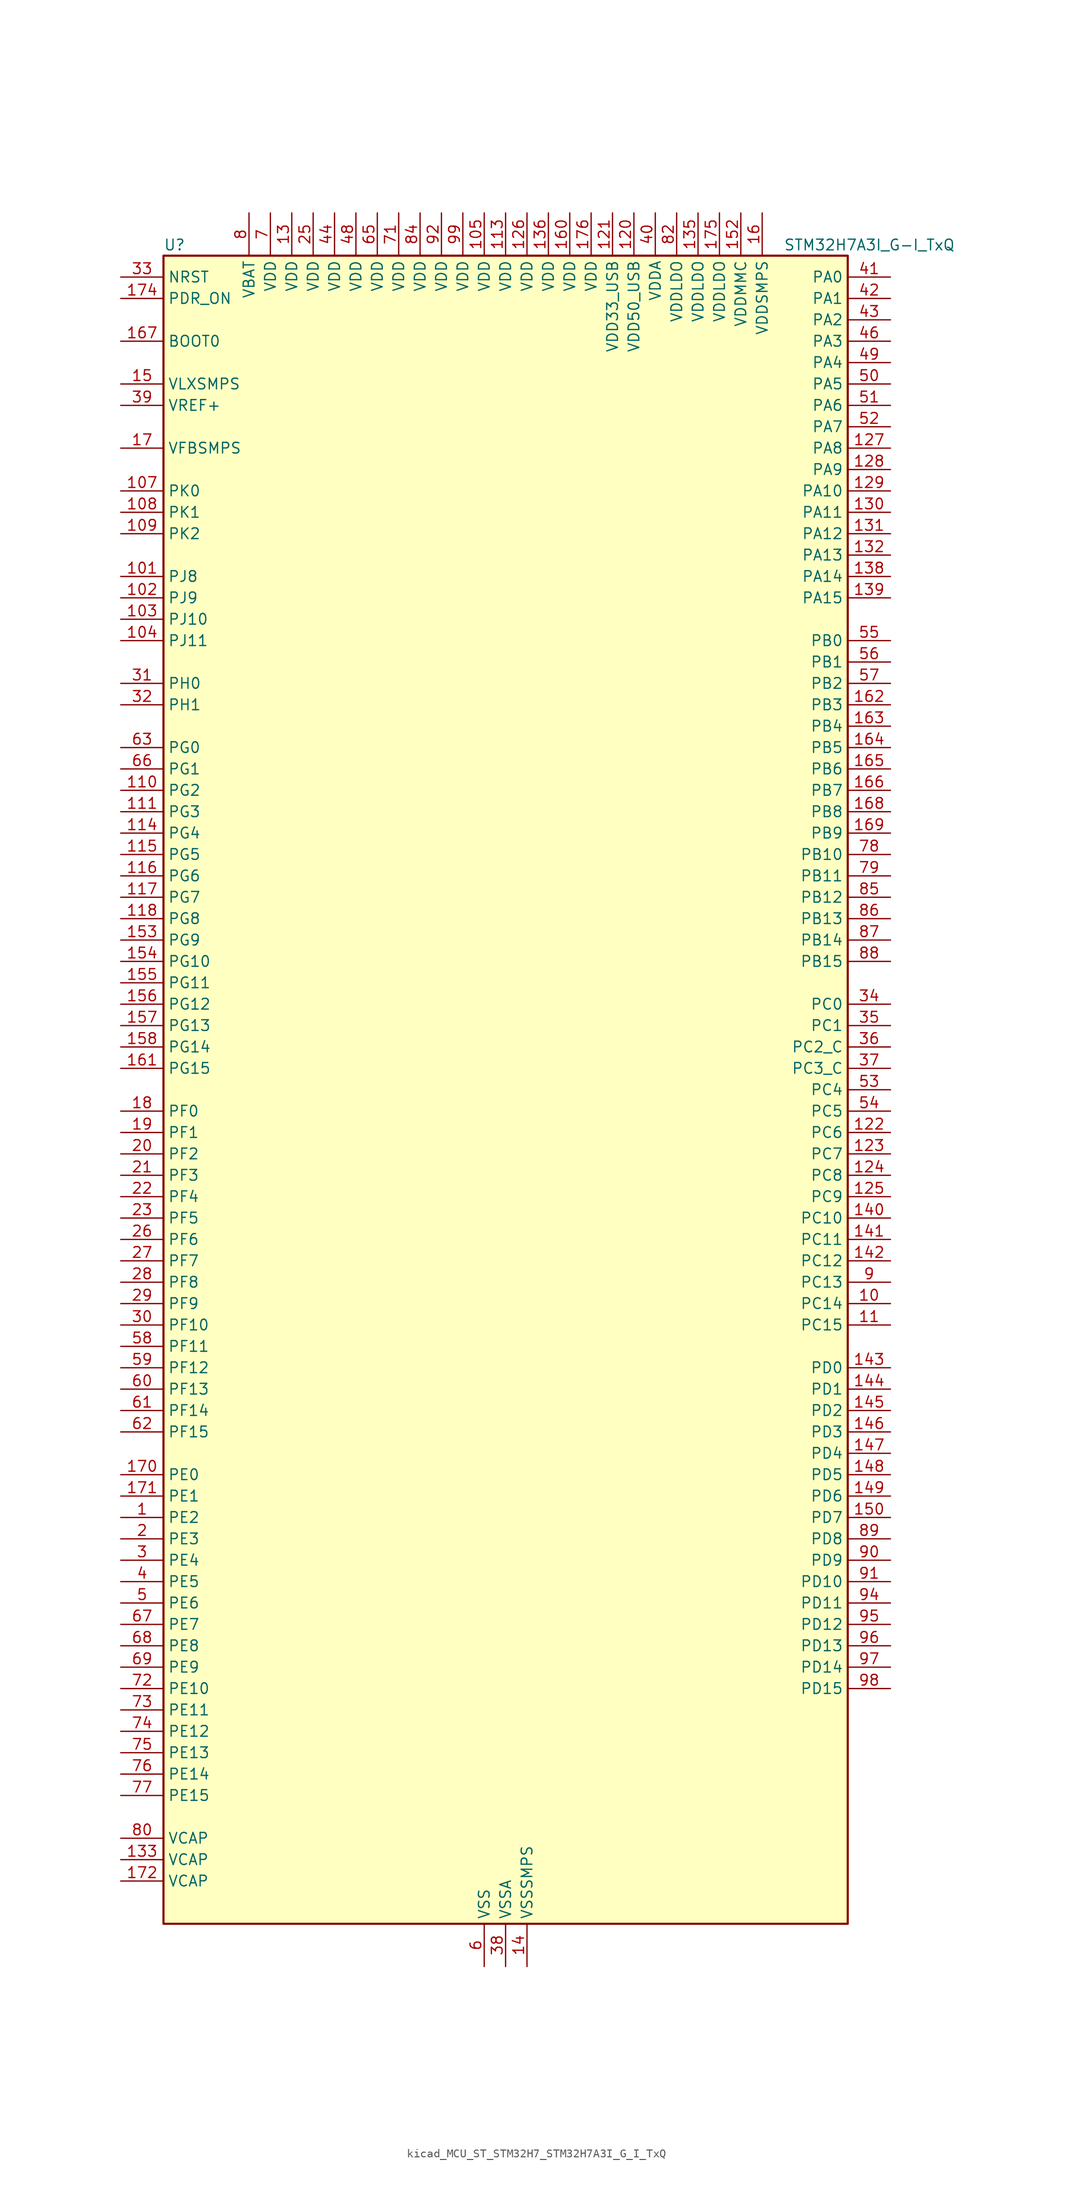
<source format=kicad_sym>
(kicad_symbol_lib
  (version 20220914)
  (generator kicad_symbol_editor)
  (symbol "kicad_MCU_ST_STM32H7_STM32H7A3I_G_I_TxQ"
    (property "Reference" "U"
      (at -40.64 100.33 0)
      (effects (font (size 1.27 1.27)) (justify left)))
    (property "Value" "STM32H7A3I_G-I_TxQ"
      (at 33.02 100.33 0)
      (effects (font (size 1.27 1.27)) (justify left)))
    (property "ki_locked" ""
      (at 0 0 0)
      (effects (font (size 1.27 1.27))))
    (symbol "kicad_MCU_ST_STM32H7_STM32H7A3I_G_I_TxQ_0_1"
      (rectangle (start -40.64 -99.06) (end 40.64 99.06) (stroke (width 0.254) (type default)) (fill (type background))))
    (symbol "kicad_MCU_ST_STM32H7_STM32H7A3I_G_I_TxQ_1_1"
      (pin bidirectional line (at -45.72 -50.8 0) (length 5.08) (name "PE2" (effects (font (size 1.27 1.27)))) (number "1" (effects (font (size 1.27 1.27)))) (alternate "DEBUG_TRACECLK" bidirectional line) (alternate "FMC_A23" bidirectional line) (alternate "OCTOSPIM_P1_IO2" bidirectional line) (alternate "SAI1_CK1" bidirectional line) (alternate "SAI1_MCLK_A" bidirectional line) (alternate "SPI4_SCK" bidirectional line) (alternate "USART10_RX" bidirectional line))
      (pin bidirectional line (at 45.72 -25.4 180) (length 5.08) (name "PC14" (effects (font (size 1.27 1.27)))) (number "10" (effects (font (size 1.27 1.27)))) (alternate "RCC_OSC32_IN" bidirectional line))
      (pin passive line (at -2.54 -104.14 90) (length 5.08) hide (name "VSS" (effects (font (size 1.27 1.27)))) (number "100" (effects (font (size 1.27 1.27)))))
      (pin bidirectional line (at -45.72 60.96 0) (length 5.08) (name "PJ8" (effects (font (size 1.27 1.27)))) (number "101" (effects (font (size 1.27 1.27)))) (alternate "LTDC_G1" bidirectional line) (alternate "TIM1_CH3N" bidirectional line) (alternate "TIM8_CH1" bidirectional line) (alternate "UART8_TX" bidirectional line))
      (pin bidirectional line (at -45.72 58.42 0) (length 5.08) (name "PJ9" (effects (font (size 1.27 1.27)))) (number "102" (effects (font (size 1.27 1.27)))) (alternate "DAC1_EXTI9" bidirectional line) (alternate "LTDC_G2" bidirectional line) (alternate "TIM1_CH3" bidirectional line) (alternate "TIM8_CH1N" bidirectional line) (alternate "UART8_RX" bidirectional line))
      (pin bidirectional line (at -45.72 55.88 0) (length 5.08) (name "PJ10" (effects (font (size 1.27 1.27)))) (number "103" (effects (font (size 1.27 1.27)))) (alternate "LTDC_G3" bidirectional line) (alternate "SPI5_MOSI" bidirectional line) (alternate "TIM1_CH2N" bidirectional line) (alternate "TIM8_CH2" bidirectional line))
      (pin bidirectional line (at -45.72 53.34 0) (length 5.08) (name "PJ11" (effects (font (size 1.27 1.27)))) (number "104" (effects (font (size 1.27 1.27)))) (alternate "ADC1_EXTI11" bidirectional line) (alternate "ADC2_EXTI11" bidirectional line) (alternate "LTDC_G4" bidirectional line) (alternate "SPI5_MISO" bidirectional line) (alternate "TIM1_CH2" bidirectional line) (alternate "TIM8_CH2N" bidirectional line))
      (pin power_in line (at -2.54 104.14 270) (length 5.08) (name "VDD" (effects (font (size 1.27 1.27)))) (number "105" (effects (font (size 1.27 1.27)))))
      (pin passive line (at -2.54 -104.14 90) (length 5.08) hide (name "VSS" (effects (font (size 1.27 1.27)))) (number "106" (effects (font (size 1.27 1.27)))))
      (pin bidirectional line (at -45.72 71.12 0) (length 5.08) (name "PK0" (effects (font (size 1.27 1.27)))) (number "107" (effects (font (size 1.27 1.27)))) (alternate "LTDC_G5" bidirectional line) (alternate "SPI5_SCK" bidirectional line) (alternate "TIM1_CH1N" bidirectional line) (alternate "TIM8_CH3" bidirectional line))
      (pin bidirectional line (at -45.72 68.58 0) (length 5.08) (name "PK1" (effects (font (size 1.27 1.27)))) (number "108" (effects (font (size 1.27 1.27)))) (alternate "LTDC_G6" bidirectional line) (alternate "SPI5_NSS" bidirectional line) (alternate "TIM1_CH1" bidirectional line) (alternate "TIM8_CH3N" bidirectional line))
      (pin bidirectional line (at -45.72 66.04 0) (length 5.08) (name "PK2" (effects (font (size 1.27 1.27)))) (number "109" (effects (font (size 1.27 1.27)))) (alternate "LTDC_G7" bidirectional line) (alternate "TIM1_BKIN" bidirectional line) (alternate "TIM1_BKIN_COMP1" bidirectional line) (alternate "TIM1_BKIN_COMP2" bidirectional line) (alternate "TIM8_BKIN" bidirectional line) (alternate "TIM8_BKIN_COMP1" bidirectional line) (alternate "TIM8_BKIN_COMP2" bidirectional line))
      (pin bidirectional line (at 45.72 -27.94 180) (length 5.08) (name "PC15" (effects (font (size 1.27 1.27)))) (number "11" (effects (font (size 1.27 1.27)))) (alternate "ADC1_EXTI15" bidirectional line) (alternate "ADC2_EXTI15" bidirectional line) (alternate "RCC_OSC32_OUT" bidirectional line))
      (pin bidirectional line (at -45.72 35.56 0) (length 5.08) (name "PG2" (effects (font (size 1.27 1.27)))) (number "110" (effects (font (size 1.27 1.27)))) (alternate "FMC_A12" bidirectional line) (alternate "TIM8_BKIN" bidirectional line) (alternate "TIM8_BKIN_COMP1" bidirectional line) (alternate "TIM8_BKIN_COMP2" bidirectional line))
      (pin bidirectional line (at -45.72 33.02 0) (length 5.08) (name "PG3" (effects (font (size 1.27 1.27)))) (number "111" (effects (font (size 1.27 1.27)))) (alternate "FMC_A13" bidirectional line) (alternate "TIM8_BKIN2" bidirectional line) (alternate "TIM8_BKIN2_COMP1" bidirectional line) (alternate "TIM8_BKIN2_COMP2" bidirectional line))
      (pin passive line (at -2.54 -104.14 90) (length 5.08) hide (name "VSS" (effects (font (size 1.27 1.27)))) (number "112" (effects (font (size 1.27 1.27)))))
      (pin power_in line (at 0 104.14 270) (length 5.08) (name "VDD" (effects (font (size 1.27 1.27)))) (number "113" (effects (font (size 1.27 1.27)))))
      (pin bidirectional line (at -45.72 30.48 0) (length 5.08) (name "PG4" (effects (font (size 1.27 1.27)))) (number "114" (effects (font (size 1.27 1.27)))) (alternate "FMC_A14" bidirectional line) (alternate "FMC_BA0" bidirectional line) (alternate "TIM1_BKIN2" bidirectional line) (alternate "TIM1_BKIN2_COMP1" bidirectional line) (alternate "TIM1_BKIN2_COMP2" bidirectional line))
      (pin bidirectional line (at -45.72 27.94 0) (length 5.08) (name "PG5" (effects (font (size 1.27 1.27)))) (number "115" (effects (font (size 1.27 1.27)))) (alternate "FMC_A15" bidirectional line) (alternate "FMC_BA1" bidirectional line) (alternate "TIM1_ETR" bidirectional line))
      (pin bidirectional line (at -45.72 25.4 0) (length 5.08) (name "PG6" (effects (font (size 1.27 1.27)))) (number "116" (effects (font (size 1.27 1.27)))) (alternate "DCMI_D12" bidirectional line) (alternate "FMC_NE3" bidirectional line) (alternate "LTDC_R7" bidirectional line) (alternate "OCTOSPIM_P1_NCS" bidirectional line) (alternate "PSSI_D12" bidirectional line) (alternate "TIM17_BKIN" bidirectional line))
      (pin bidirectional line (at -45.72 22.86 0) (length 5.08) (name "PG7" (effects (font (size 1.27 1.27)))) (number "117" (effects (font (size 1.27 1.27)))) (alternate "DCMI_D13" bidirectional line) (alternate "FMC_INT" bidirectional line) (alternate "LTDC_CLK" bidirectional line) (alternate "OCTOSPIM_P2_DQS" bidirectional line) (alternate "PSSI_D13" bidirectional line) (alternate "SAI1_MCLK_A" bidirectional line) (alternate "USART6_CK" bidirectional line))
      (pin bidirectional line (at -45.72 20.32 0) (length 5.08) (name "PG8" (effects (font (size 1.27 1.27)))) (number "118" (effects (font (size 1.27 1.27)))) (alternate "FMC_SDCLK" bidirectional line) (alternate "I2S6_WS" bidirectional line) (alternate "LTDC_G7" bidirectional line) (alternate "SPDIFRX_IN2" bidirectional line) (alternate "SPI6_NSS" bidirectional line) (alternate "TIM8_ETR" bidirectional line) (alternate "USART6_DE" bidirectional line) (alternate "USART6_RTS" bidirectional line))
      (pin passive line (at -2.54 -104.14 90) (length 5.08) hide (name "VSS" (effects (font (size 1.27 1.27)))) (number "119" (effects (font (size 1.27 1.27)))))
      (pin passive line (at -2.54 -104.14 90) (length 5.08) hide (name "VSS" (effects (font (size 1.27 1.27)))) (number "12" (effects (font (size 1.27 1.27)))))
      (pin power_in line (at 15.24 104.14 270) (length 5.08) (name "VDD50_USB" (effects (font (size 1.27 1.27)))) (number "120" (effects (font (size 1.27 1.27)))))
      (pin power_in line (at 12.7 104.14 270) (length 5.08) (name "VDD33_USB" (effects (font (size 1.27 1.27)))) (number "121" (effects (font (size 1.27 1.27)))))
      (pin bidirectional line (at 45.72 -5.08 180) (length 5.08) (name "PC6" (effects (font (size 1.27 1.27)))) (number "122" (effects (font (size 1.27 1.27)))) (alternate "DCMI_D0" bidirectional line) (alternate "DFSDM1_CKIN3" bidirectional line) (alternate "FMC_NWAIT" bidirectional line) (alternate "I2S2_MCK" bidirectional line) (alternate "LTDC_HSYNC" bidirectional line) (alternate "PSSI_D0" bidirectional line) (alternate "SDMMC1_D0DIR" bidirectional line) (alternate "SDMMC1_D6" bidirectional line) (alternate "SDMMC2_D6" bidirectional line) (alternate "SWPMI1_IO" bidirectional line) (alternate "TIM3_CH1" bidirectional line) (alternate "TIM8_CH1" bidirectional line) (alternate "USART6_TX" bidirectional line))
      (pin bidirectional line (at 45.72 -7.62 180) (length 5.08) (name "PC7" (effects (font (size 1.27 1.27)))) (number "123" (effects (font (size 1.27 1.27)))) (alternate "DCMI_D1" bidirectional line) (alternate "DEBUG_TRGIO" bidirectional line) (alternate "DFSDM1_DATIN3" bidirectional line) (alternate "FMC_NE1" bidirectional line) (alternate "I2S3_MCK" bidirectional line) (alternate "LTDC_G6" bidirectional line) (alternate "PSSI_D1" bidirectional line) (alternate "SDMMC1_D123DIR" bidirectional line) (alternate "SDMMC1_D7" bidirectional line) (alternate "SDMMC2_D7" bidirectional line) (alternate "SWPMI1_TX" bidirectional line) (alternate "TIM3_CH2" bidirectional line) (alternate "TIM8_CH2" bidirectional line) (alternate "USART6_RX" bidirectional line))
      (pin bidirectional line (at 45.72 -10.16 180) (length 5.08) (name "PC8" (effects (font (size 1.27 1.27)))) (number "124" (effects (font (size 1.27 1.27)))) (alternate "DCMI_D2" bidirectional line) (alternate "DEBUG_TRACED1" bidirectional line) (alternate "FMC_INT" bidirectional line) (alternate "FMC_NCE" bidirectional line) (alternate "FMC_NE2" bidirectional line) (alternate "PSSI_D2" bidirectional line) (alternate "SDMMC1_D0" bidirectional line) (alternate "SWPMI1_RX" bidirectional line) (alternate "TIM3_CH3" bidirectional line) (alternate "TIM8_CH3" bidirectional line) (alternate "UART5_DE" bidirectional line) (alternate "UART5_RTS" bidirectional line) (alternate "USART6_CK" bidirectional line))
      (pin bidirectional line (at 45.72 -12.7 180) (length 5.08) (name "PC9" (effects (font (size 1.27 1.27)))) (number "125" (effects (font (size 1.27 1.27)))) (alternate "DAC1_EXTI9" bidirectional line) (alternate "DCMI_D3" bidirectional line) (alternate "I2C3_SDA" bidirectional line) (alternate "I2S_CKIN" bidirectional line) (alternate "LTDC_B2" bidirectional line) (alternate "LTDC_G3" bidirectional line) (alternate "OCTOSPIM_P1_IO0" bidirectional line) (alternate "PSSI_D3" bidirectional line) (alternate "RCC_MCO_2" bidirectional line) (alternate "SDMMC1_D1" bidirectional line) (alternate "SWPMI1_SUSPEND" bidirectional line) (alternate "TIM3_CH4" bidirectional line) (alternate "TIM8_CH4" bidirectional line) (alternate "UART5_CTS" bidirectional line))
      (pin power_in line (at 2.54 104.14 270) (length 5.08) (name "VDD" (effects (font (size 1.27 1.27)))) (number "126" (effects (font (size 1.27 1.27)))))
      (pin bidirectional line (at 45.72 76.2 180) (length 5.08) (name "PA8" (effects (font (size 1.27 1.27)))) (number "127" (effects (font (size 1.27 1.27)))) (alternate "I2C3_SCL" bidirectional line) (alternate "LTDC_B3" bidirectional line) (alternate "LTDC_R6" bidirectional line) (alternate "RCC_MCO_1" bidirectional line) (alternate "TIM1_CH1" bidirectional line) (alternate "TIM8_BKIN2" bidirectional line) (alternate "TIM8_BKIN2_COMP1" bidirectional line) (alternate "TIM8_BKIN2_COMP2" bidirectional line) (alternate "UART7_RX" bidirectional line) (alternate "USART1_CK" bidirectional line) (alternate "USB_OTG_HS_SOF" bidirectional line))
      (pin bidirectional line (at 45.72 73.66 180) (length 5.08) (name "PA9" (effects (font (size 1.27 1.27)))) (number "128" (effects (font (size 1.27 1.27)))) (alternate "DAC1_EXTI9" bidirectional line) (alternate "DCMI_D0" bidirectional line) (alternate "I2C3_SMBA" bidirectional line) (alternate "I2S2_CK" bidirectional line) (alternate "LPUART1_TX" bidirectional line) (alternate "LTDC_R5" bidirectional line) (alternate "PSSI_D0" bidirectional line) (alternate "SPI2_SCK" bidirectional line) (alternate "TIM1_CH2" bidirectional line) (alternate "USART1_TX" bidirectional line) (alternate "USB_OTG_HS_VBUS" bidirectional line))
      (pin bidirectional line (at 45.72 71.12 180) (length 5.08) (name "PA10" (effects (font (size 1.27 1.27)))) (number "129" (effects (font (size 1.27 1.27)))) (alternate "DCMI_D1" bidirectional line) (alternate "LPUART1_RX" bidirectional line) (alternate "LTDC_B1" bidirectional line) (alternate "LTDC_B4" bidirectional line) (alternate "MDIOS_MDIO" bidirectional line) (alternate "PSSI_D1" bidirectional line) (alternate "TIM1_CH3" bidirectional line) (alternate "USART1_RX" bidirectional line) (alternate "USB_OTG_HS_ID" bidirectional line))
      (pin power_in line (at -25.4 104.14 270) (length 5.08) (name "VDD" (effects (font (size 1.27 1.27)))) (number "13" (effects (font (size 1.27 1.27)))))
      (pin bidirectional line (at 45.72 68.58 180) (length 5.08) (name "PA11" (effects (font (size 1.27 1.27)))) (number "130" (effects (font (size 1.27 1.27)))) (alternate "ADC1_EXTI11" bidirectional line) (alternate "ADC2_EXTI11" bidirectional line) (alternate "FDCAN1_RX" bidirectional line) (alternate "I2S2_WS" bidirectional line) (alternate "LPUART1_CTS" bidirectional line) (alternate "LTDC_R4" bidirectional line) (alternate "SPI2_NSS" bidirectional line) (alternate "TIM1_CH4" bidirectional line) (alternate "UART4_RX" bidirectional line) (alternate "USART1_CTS" bidirectional line) (alternate "USART1_NSS" bidirectional line) (alternate "USB_OTG_HS_DM" bidirectional line))
      (pin bidirectional line (at 45.72 66.04 180) (length 5.08) (name "PA12" (effects (font (size 1.27 1.27)))) (number "131" (effects (font (size 1.27 1.27)))) (alternate "FDCAN1_TX" bidirectional line) (alternate "I2S2_CK" bidirectional line) (alternate "LPUART1_DE" bidirectional line) (alternate "LPUART1_RTS" bidirectional line) (alternate "LTDC_R5" bidirectional line) (alternate "SAI2_FS_B" bidirectional line) (alternate "SPI2_SCK" bidirectional line) (alternate "TIM1_ETR" bidirectional line) (alternate "UART4_TX" bidirectional line) (alternate "USART1_DE" bidirectional line) (alternate "USART1_RTS" bidirectional line) (alternate "USB_OTG_HS_DP" bidirectional line))
      (pin bidirectional line (at 45.72 63.5 180) (length 5.08) (name "PA13" (effects (font (size 1.27 1.27)))) (number "132" (effects (font (size 1.27 1.27)))) (alternate "DEBUG_JTMS-SWDIO" bidirectional line))
      (pin power_out line (at -45.72 -91.44 0) (length 5.08) (name "VCAP" (effects (font (size 1.27 1.27)))) (number "133" (effects (font (size 1.27 1.27)))))
      (pin passive line (at -2.54 -104.14 90) (length 5.08) hide (name "VSS" (effects (font (size 1.27 1.27)))) (number "134" (effects (font (size 1.27 1.27)))))
      (pin power_in line (at 22.86 104.14 270) (length 5.08) (name "VDDLDO" (effects (font (size 1.27 1.27)))) (number "135" (effects (font (size 1.27 1.27)))))
      (pin power_in line (at 5.08 104.14 270) (length 5.08) (name "VDD" (effects (font (size 1.27 1.27)))) (number "136" (effects (font (size 1.27 1.27)))))
      (pin passive line (at -2.54 -104.14 90) (length 5.08) hide (name "VSS" (effects (font (size 1.27 1.27)))) (number "137" (effects (font (size 1.27 1.27)))))
      (pin bidirectional line (at 45.72 60.96 180) (length 5.08) (name "PA14" (effects (font (size 1.27 1.27)))) (number "138" (effects (font (size 1.27 1.27)))) (alternate "DEBUG_JTCK-SWCLK" bidirectional line))
      (pin bidirectional line (at 45.72 58.42 180) (length 5.08) (name "PA15" (effects (font (size 1.27 1.27)))) (number "139" (effects (font (size 1.27 1.27)))) (alternate "ADC1_EXTI15" bidirectional line) (alternate "ADC2_EXTI15" bidirectional line) (alternate "CEC" bidirectional line) (alternate "DEBUG_JTDI" bidirectional line) (alternate "I2S1_WS" bidirectional line) (alternate "I2S3_WS" bidirectional line) (alternate "I2S6_WS" bidirectional line) (alternate "LTDC_B6" bidirectional line) (alternate "LTDC_R3" bidirectional line) (alternate "SPI1_NSS" bidirectional line) (alternate "SPI3_NSS" bidirectional line) (alternate "SPI6_NSS" bidirectional line) (alternate "TIM2_CH1" bidirectional line) (alternate "TIM2_ETR" bidirectional line) (alternate "UART4_DE" bidirectional line) (alternate "UART4_RTS" bidirectional line) (alternate "UART7_TX" bidirectional line))
      (pin power_in line (at 2.54 -104.14 90) (length 5.08) (name "VSSSMPS" (effects (font (size 1.27 1.27)))) (number "14" (effects (font (size 1.27 1.27)))))
      (pin bidirectional line (at 45.72 -15.24 180) (length 5.08) (name "PC10" (effects (font (size 1.27 1.27)))) (number "140" (effects (font (size 1.27 1.27)))) (alternate "DCMI_D8" bidirectional line) (alternate "DFSDM1_CKIN5" bidirectional line) (alternate "DFSDM2_CKIN0" bidirectional line) (alternate "I2S3_CK" bidirectional line) (alternate "LTDC_B1" bidirectional line) (alternate "LTDC_R2" bidirectional line) (alternate "OCTOSPIM_P1_IO1" bidirectional line) (alternate "PSSI_D8" bidirectional line) (alternate "SDMMC1_D2" bidirectional line) (alternate "SPI3_SCK" bidirectional line) (alternate "SWPMI1_RX" bidirectional line) (alternate "UART4_TX" bidirectional line) (alternate "USART3_TX" bidirectional line))
      (pin bidirectional line (at 45.72 -17.78 180) (length 5.08) (name "PC11" (effects (font (size 1.27 1.27)))) (number "141" (effects (font (size 1.27 1.27)))) (alternate "ADC1_EXTI11" bidirectional line) (alternate "ADC2_EXTI11" bidirectional line) (alternate "DCMI_D4" bidirectional line) (alternate "DFSDM1_DATIN5" bidirectional line) (alternate "DFSDM2_DATIN0" bidirectional line) (alternate "I2S3_SDI" bidirectional line) (alternate "LTDC_B4" bidirectional line) (alternate "OCTOSPIM_P1_NCS" bidirectional line) (alternate "PSSI_D4" bidirectional line) (alternate "SDMMC1_D3" bidirectional line) (alternate "SPI3_MISO" bidirectional line) (alternate "UART4_RX" bidirectional line) (alternate "USART3_RX" bidirectional line))
      (pin bidirectional line (at 45.72 -20.32 180) (length 5.08) (name "PC12" (effects (font (size 1.27 1.27)))) (number "142" (effects (font (size 1.27 1.27)))) (alternate "DCMI_D9" bidirectional line) (alternate "DEBUG_TRACED3" bidirectional line) (alternate "DFSDM2_CKOUT" bidirectional line) (alternate "I2S3_SDO" bidirectional line) (alternate "I2S6_CK" bidirectional line) (alternate "LTDC_R6" bidirectional line) (alternate "PSSI_D9" bidirectional line) (alternate "SDMMC1_CK" bidirectional line) (alternate "SPI3_MOSI" bidirectional line) (alternate "SPI6_SCK" bidirectional line) (alternate "TIM15_CH1" bidirectional line) (alternate "UART5_TX" bidirectional line) (alternate "USART3_CK" bidirectional line))
      (pin bidirectional line (at 45.72 -33.02 180) (length 5.08) (name "PD0" (effects (font (size 1.27 1.27)))) (number "143" (effects (font (size 1.27 1.27)))) (alternate "DFSDM1_CKIN6" bidirectional line) (alternate "FDCAN1_RX" bidirectional line) (alternate "FMC_D2" bidirectional line) (alternate "FMC_DA2" bidirectional line) (alternate "LTDC_B1" bidirectional line) (alternate "UART4_RX" bidirectional line) (alternate "UART9_CTS" bidirectional line))
      (pin bidirectional line (at 45.72 -35.56 180) (length 5.08) (name "PD1" (effects (font (size 1.27 1.27)))) (number "144" (effects (font (size 1.27 1.27)))) (alternate "DFSDM1_DATIN6" bidirectional line) (alternate "FDCAN1_TX" bidirectional line) (alternate "FMC_D3" bidirectional line) (alternate "FMC_DA3" bidirectional line) (alternate "UART4_TX" bidirectional line))
      (pin bidirectional line (at 45.72 -38.1 180) (length 5.08) (name "PD2" (effects (font (size 1.27 1.27)))) (number "145" (effects (font (size 1.27 1.27)))) (alternate "DCMI_D11" bidirectional line) (alternate "DEBUG_TRACED2" bidirectional line) (alternate "LTDC_B2" bidirectional line) (alternate "LTDC_B7" bidirectional line) (alternate "PSSI_D11" bidirectional line) (alternate "SDMMC1_CMD" bidirectional line) (alternate "TIM15_BKIN" bidirectional line) (alternate "TIM3_ETR" bidirectional line) (alternate "UART5_RX" bidirectional line))
      (pin bidirectional line (at 45.72 -40.64 180) (length 5.08) (name "PD3" (effects (font (size 1.27 1.27)))) (number "146" (effects (font (size 1.27 1.27)))) (alternate "DCMI_D5" bidirectional line) (alternate "DFSDM1_CKOUT" bidirectional line) (alternate "FMC_CLK" bidirectional line) (alternate "I2S2_CK" bidirectional line) (alternate "LTDC_G7" bidirectional line) (alternate "PSSI_D5" bidirectional line) (alternate "SPI2_SCK" bidirectional line) (alternate "USART2_CTS" bidirectional line) (alternate "USART2_NSS" bidirectional line))
      (pin bidirectional line (at 45.72 -43.18 180) (length 5.08) (name "PD4" (effects (font (size 1.27 1.27)))) (number "147" (effects (font (size 1.27 1.27)))) (alternate "FMC_NOE" bidirectional line) (alternate "OCTOSPIM_P1_IO4" bidirectional line) (alternate "USART2_DE" bidirectional line) (alternate "USART2_RTS" bidirectional line))
      (pin bidirectional line (at 45.72 -45.72 180) (length 5.08) (name "PD5" (effects (font (size 1.27 1.27)))) (number "148" (effects (font (size 1.27 1.27)))) (alternate "FMC_NWE" bidirectional line) (alternate "OCTOSPIM_P1_IO5" bidirectional line) (alternate "USART2_TX" bidirectional line))
      (pin bidirectional line (at 45.72 -48.26 180) (length 5.08) (name "PD6" (effects (font (size 1.27 1.27)))) (number "149" (effects (font (size 1.27 1.27)))) (alternate "DCMI_D10" bidirectional line) (alternate "DFSDM1_CKIN4" bidirectional line) (alternate "DFSDM1_DATIN1" bidirectional line) (alternate "FMC_NWAIT" bidirectional line) (alternate "I2S3_SDO" bidirectional line) (alternate "LTDC_B2" bidirectional line) (alternate "OCTOSPIM_P1_IO6" bidirectional line) (alternate "PSSI_D10" bidirectional line) (alternate "SAI1_D1" bidirectional line) (alternate "SAI1_SD_A" bidirectional line) (alternate "SDMMC2_CK" bidirectional line) (alternate "SPI3_MOSI" bidirectional line) (alternate "USART2_RX" bidirectional line))
      (pin power_in line (at -45.72 83.82 0) (length 5.08) (name "VLXSMPS" (effects (font (size 1.27 1.27)))) (number "15" (effects (font (size 1.27 1.27)))))
      (pin bidirectional line (at 45.72 -50.8 180) (length 5.08) (name "PD7" (effects (font (size 1.27 1.27)))) (number "150" (effects (font (size 1.27 1.27)))) (alternate "DFSDM1_CKIN1" bidirectional line) (alternate "DFSDM1_DATIN4" bidirectional line) (alternate "FMC_NE1" bidirectional line) (alternate "I2S1_SDO" bidirectional line) (alternate "OCTOSPIM_P1_IO7" bidirectional line) (alternate "SDMMC2_CMD" bidirectional line) (alternate "SPDIFRX_IN0" bidirectional line) (alternate "SPI1_MOSI" bidirectional line) (alternate "USART2_CK" bidirectional line))
      (pin passive line (at -2.54 -104.14 90) (length 5.08) hide (name "VSS" (effects (font (size 1.27 1.27)))) (number "151" (effects (font (size 1.27 1.27)))))
      (pin power_in line (at 27.94 104.14 270) (length 5.08) (name "VDDMMC" (effects (font (size 1.27 1.27)))) (number "152" (effects (font (size 1.27 1.27)))))
      (pin bidirectional line (at -45.72 17.78 0) (length 5.08) (name "PG9" (effects (font (size 1.27 1.27)))) (number "153" (effects (font (size 1.27 1.27)))) (alternate "DAC1_EXTI9" bidirectional line) (alternate "DCMI_VSYNC" bidirectional line) (alternate "FMC_NCE" bidirectional line) (alternate "FMC_NE2" bidirectional line) (alternate "I2S1_SDI" bidirectional line) (alternate "OCTOSPIM_P1_IO6" bidirectional line) (alternate "PSSI_RDY" bidirectional line) (alternate "SAI2_FS_B" bidirectional line) (alternate "SDMMC2_D0" bidirectional line) (alternate "SPDIFRX_IN3" bidirectional line) (alternate "SPI1_MISO" bidirectional line) (alternate "USART6_RX" bidirectional line))
      (pin bidirectional line (at -45.72 15.24 0) (length 5.08) (name "PG10" (effects (font (size 1.27 1.27)))) (number "154" (effects (font (size 1.27 1.27)))) (alternate "DCMI_D2" bidirectional line) (alternate "FMC_NE3" bidirectional line) (alternate "I2S1_WS" bidirectional line) (alternate "LTDC_B2" bidirectional line) (alternate "LTDC_G3" bidirectional line) (alternate "OCTOSPIM_P2_IO6" bidirectional line) (alternate "PSSI_D2" bidirectional line) (alternate "SAI2_SD_B" bidirectional line) (alternate "SDMMC2_D1" bidirectional line) (alternate "SPI1_NSS" bidirectional line))
      (pin bidirectional line (at -45.72 12.7 0) (length 5.08) (name "PG11" (effects (font (size 1.27 1.27)))) (number "155" (effects (font (size 1.27 1.27)))) (alternate "ADC1_EXTI11" bidirectional line) (alternate "ADC2_EXTI11" bidirectional line) (alternate "DCMI_D3" bidirectional line) (alternate "I2S1_CK" bidirectional line) (alternate "LPTIM1_IN2" bidirectional line) (alternate "LTDC_B3" bidirectional line) (alternate "OCTOSPIM_P2_IO7" bidirectional line) (alternate "PSSI_D3" bidirectional line) (alternate "SDMMC2_D2" bidirectional line) (alternate "SPDIFRX_IN0" bidirectional line) (alternate "SPI1_SCK" bidirectional line) (alternate "USART10_RX" bidirectional line))
      (pin bidirectional line (at -45.72 10.16 0) (length 5.08) (name "PG12" (effects (font (size 1.27 1.27)))) (number "156" (effects (font (size 1.27 1.27)))) (alternate "FMC_NE4" bidirectional line) (alternate "I2S6_SDI" bidirectional line) (alternate "LPTIM1_IN1" bidirectional line) (alternate "LTDC_B1" bidirectional line) (alternate "LTDC_B4" bidirectional line) (alternate "OCTOSPIM_P2_NCS" bidirectional line) (alternate "SDMMC2_D3" bidirectional line) (alternate "SPDIFRX_IN1" bidirectional line) (alternate "SPI6_MISO" bidirectional line) (alternate "USART10_TX" bidirectional line) (alternate "USART6_DE" bidirectional line) (alternate "USART6_RTS" bidirectional line))
      (pin bidirectional line (at -45.72 7.62 0) (length 5.08) (name "PG13" (effects (font (size 1.27 1.27)))) (number "157" (effects (font (size 1.27 1.27)))) (alternate "DEBUG_TRACED0" bidirectional line) (alternate "FMC_A24" bidirectional line) (alternate "I2S6_CK" bidirectional line) (alternate "LPTIM1_OUT" bidirectional line) (alternate "LTDC_R0" bidirectional line) (alternate "SDMMC2_D6" bidirectional line) (alternate "SPI6_SCK" bidirectional line) (alternate "USART10_CTS" bidirectional line) (alternate "USART10_NSS" bidirectional line) (alternate "USART6_CTS" bidirectional line) (alternate "USART6_NSS" bidirectional line))
      (pin bidirectional line (at -45.72 5.08 0) (length 5.08) (name "PG14" (effects (font (size 1.27 1.27)))) (number "158" (effects (font (size 1.27 1.27)))) (alternate "DEBUG_TRACED1" bidirectional line) (alternate "FMC_A25" bidirectional line) (alternate "I2S6_SDO" bidirectional line) (alternate "LPTIM1_ETR" bidirectional line) (alternate "LTDC_B0" bidirectional line) (alternate "OCTOSPIM_P1_IO7" bidirectional line) (alternate "SDMMC2_D7" bidirectional line) (alternate "SPI6_MOSI" bidirectional line) (alternate "USART10_DE" bidirectional line) (alternate "USART10_RTS" bidirectional line) (alternate "USART6_TX" bidirectional line))
      (pin passive line (at -2.54 -104.14 90) (length 5.08) hide (name "VSS" (effects (font (size 1.27 1.27)))) (number "159" (effects (font (size 1.27 1.27)))))
      (pin power_in line (at 30.48 104.14 270) (length 5.08) (name "VDDSMPS" (effects (font (size 1.27 1.27)))) (number "16" (effects (font (size 1.27 1.27)))))
      (pin power_in line (at 7.62 104.14 270) (length 5.08) (name "VDD" (effects (font (size 1.27 1.27)))) (number "160" (effects (font (size 1.27 1.27)))))
      (pin bidirectional line (at -45.72 2.54 0) (length 5.08) (name "PG15" (effects (font (size 1.27 1.27)))) (number "161" (effects (font (size 1.27 1.27)))) (alternate "ADC1_EXTI15" bidirectional line) (alternate "ADC2_EXTI15" bidirectional line) (alternate "DCMI_D13" bidirectional line) (alternate "FMC_SDNCAS" bidirectional line) (alternate "OCTOSPIM_P2_DQS" bidirectional line) (alternate "PSSI_D13" bidirectional line) (alternate "USART10_CK" bidirectional line) (alternate "USART6_CTS" bidirectional line) (alternate "USART6_NSS" bidirectional line))
      (pin bidirectional line (at 45.72 45.72 180) (length 5.08) (name "PB3" (effects (font (size 1.27 1.27)))) (number "162" (effects (font (size 1.27 1.27)))) (alternate "CRS_SYNC" bidirectional line) (alternate "DEBUG_JTDO-SWO" bidirectional line) (alternate "I2S1_CK" bidirectional line) (alternate "I2S3_CK" bidirectional line) (alternate "I2S6_CK" bidirectional line) (alternate "SDMMC2_D2" bidirectional line) (alternate "SPI1_SCK" bidirectional line) (alternate "SPI3_SCK" bidirectional line) (alternate "SPI6_SCK" bidirectional line) (alternate "TIM2_CH2" bidirectional line) (alternate "UART7_RX" bidirectional line))
      (pin bidirectional line (at 45.72 43.18 180) (length 5.08) (name "PB4" (effects (font (size 1.27 1.27)))) (number "163" (effects (font (size 1.27 1.27)))) (alternate "DEBUG_JTRST" bidirectional line) (alternate "I2S1_SDI" bidirectional line) (alternate "I2S2_WS" bidirectional line) (alternate "I2S3_SDI" bidirectional line) (alternate "I2S6_SDI" bidirectional line) (alternate "SDMMC2_D3" bidirectional line) (alternate "SPI1_MISO" bidirectional line) (alternate "SPI2_NSS" bidirectional line) (alternate "SPI3_MISO" bidirectional line) (alternate "SPI6_MISO" bidirectional line) (alternate "TIM16_BKIN" bidirectional line) (alternate "TIM3_CH1" bidirectional line) (alternate "UART7_TX" bidirectional line))
      (pin bidirectional line (at 45.72 40.64 180) (length 5.08) (name "PB5" (effects (font (size 1.27 1.27)))) (number "164" (effects (font (size 1.27 1.27)))) (alternate "DCMI_D10" bidirectional line) (alternate "FDCAN2_RX" bidirectional line) (alternate "FMC_SDCKE1" bidirectional line) (alternate "I2C1_SMBA" bidirectional line) (alternate "I2C4_SMBA" bidirectional line) (alternate "I2S1_SDO" bidirectional line) (alternate "I2S3_SDO" bidirectional line) (alternate "I2S6_SDO" bidirectional line) (alternate "LTDC_B5" bidirectional line) (alternate "PSSI_D10" bidirectional line) (alternate "SPI1_MOSI" bidirectional line) (alternate "SPI3_MOSI" bidirectional line) (alternate "SPI6_MOSI" bidirectional line) (alternate "TIM17_BKIN" bidirectional line) (alternate "TIM3_CH2" bidirectional line) (alternate "UART5_RX" bidirectional line) (alternate "USB_OTG_HS_ULPI_D7" bidirectional line))
      (pin bidirectional line (at 45.72 38.1 180) (length 5.08) (name "PB6" (effects (font (size 1.27 1.27)))) (number "165" (effects (font (size 1.27 1.27)))) (alternate "CEC" bidirectional line) (alternate "DCMI_D5" bidirectional line) (alternate "DFSDM1_DATIN5" bidirectional line) (alternate "FDCAN2_TX" bidirectional line) (alternate "FMC_SDNE1" bidirectional line) (alternate "I2C1_SCL" bidirectional line) (alternate "I2C4_SCL" bidirectional line) (alternate "LPUART1_TX" bidirectional line) (alternate "OCTOSPIM_P1_NCS" bidirectional line) (alternate "PSSI_D5" bidirectional line) (alternate "TIM16_CH1N" bidirectional line) (alternate "TIM4_CH1" bidirectional line) (alternate "UART5_TX" bidirectional line) (alternate "USART1_TX" bidirectional line))
      (pin bidirectional line (at 45.72 35.56 180) (length 5.08) (name "PB7" (effects (font (size 1.27 1.27)))) (number "166" (effects (font (size 1.27 1.27)))) (alternate "DCMI_VSYNC" bidirectional line) (alternate "DFSDM1_CKIN5" bidirectional line) (alternate "FMC_NL" bidirectional line) (alternate "I2C1_SDA" bidirectional line) (alternate "I2C4_SDA" bidirectional line) (alternate "LPUART1_RX" bidirectional line) (alternate "PSSI_RDY" bidirectional line) (alternate "PWR_PVD_IN" bidirectional line) (alternate "TIM17_CH1N" bidirectional line) (alternate "TIM4_CH2" bidirectional line) (alternate "USART1_RX" bidirectional line))
      (pin input line (at -45.72 88.9 0) (length 5.08) (name "BOOT0" (effects (font (size 1.27 1.27)))) (number "167" (effects (font (size 1.27 1.27)))))
      (pin bidirectional line (at 45.72 33.02 180) (length 5.08) (name "PB8" (effects (font (size 1.27 1.27)))) (number "168" (effects (font (size 1.27 1.27)))) (alternate "DCMI_D6" bidirectional line) (alternate "DFSDM1_CKIN7" bidirectional line) (alternate "FDCAN1_RX" bidirectional line) (alternate "I2C1_SCL" bidirectional line) (alternate "I2C4_SCL" bidirectional line) (alternate "LTDC_B6" bidirectional line) (alternate "PSSI_D6" bidirectional line) (alternate "SDMMC1_CKIN" bidirectional line) (alternate "SDMMC1_D4" bidirectional line) (alternate "SDMMC2_D4" bidirectional line) (alternate "TIM16_CH1" bidirectional line) (alternate "TIM4_CH3" bidirectional line) (alternate "UART4_RX" bidirectional line))
      (pin bidirectional line (at 45.72 30.48 180) (length 5.08) (name "PB9" (effects (font (size 1.27 1.27)))) (number "169" (effects (font (size 1.27 1.27)))) (alternate "DAC1_EXTI9" bidirectional line) (alternate "DCMI_D7" bidirectional line) (alternate "DFSDM1_DATIN7" bidirectional line) (alternate "FDCAN1_TX" bidirectional line) (alternate "I2C1_SDA" bidirectional line) (alternate "I2C4_SDA" bidirectional line) (alternate "I2C4_SMBA" bidirectional line) (alternate "I2S2_WS" bidirectional line) (alternate "LTDC_B7" bidirectional line) (alternate "PSSI_D7" bidirectional line) (alternate "SDMMC1_CDIR" bidirectional line) (alternate "SDMMC1_D5" bidirectional line) (alternate "SDMMC2_D5" bidirectional line) (alternate "SPI2_NSS" bidirectional line) (alternate "TIM17_CH1" bidirectional line) (alternate "TIM4_CH4" bidirectional line) (alternate "UART4_TX" bidirectional line))
      (pin input line (at -45.72 76.2 0) (length 5.08) (name "VFBSMPS" (effects (font (size 1.27 1.27)))) (number "17" (effects (font (size 1.27 1.27)))))
      (pin bidirectional line (at -45.72 -45.72 0) (length 5.08) (name "PE0" (effects (font (size 1.27 1.27)))) (number "170" (effects (font (size 1.27 1.27)))) (alternate "DCMI_D2" bidirectional line) (alternate "FMC_NBL0" bidirectional line) (alternate "LPTIM1_ETR" bidirectional line) (alternate "LPTIM2_ETR" bidirectional line) (alternate "LTDC_R0" bidirectional line) (alternate "PSSI_D2" bidirectional line) (alternate "SAI2_MCLK_A" bidirectional line) (alternate "TIM4_ETR" bidirectional line) (alternate "UART8_RX" bidirectional line))
      (pin bidirectional line (at -45.72 -48.26 0) (length 5.08) (name "PE1" (effects (font (size 1.27 1.27)))) (number "171" (effects (font (size 1.27 1.27)))) (alternate "DCMI_D3" bidirectional line) (alternate "FMC_NBL1" bidirectional line) (alternate "LPTIM1_IN2" bidirectional line) (alternate "LTDC_R6" bidirectional line) (alternate "PSSI_D3" bidirectional line) (alternate "UART8_TX" bidirectional line))
      (pin power_out line (at -45.72 -93.98 0) (length 5.08) (name "VCAP" (effects (font (size 1.27 1.27)))) (number "172" (effects (font (size 1.27 1.27)))))
      (pin passive line (at -2.54 -104.14 90) (length 5.08) hide (name "VSS" (effects (font (size 1.27 1.27)))) (number "173" (effects (font (size 1.27 1.27)))))
      (pin input line (at -45.72 93.98 0) (length 5.08) (name "PDR_ON" (effects (font (size 1.27 1.27)))) (number "174" (effects (font (size 1.27 1.27)))))
      (pin power_in line (at 25.4 104.14 270) (length 5.08) (name "VDDLDO" (effects (font (size 1.27 1.27)))) (number "175" (effects (font (size 1.27 1.27)))))
      (pin power_in line (at 10.16 104.14 270) (length 5.08) (name "VDD" (effects (font (size 1.27 1.27)))) (number "176" (effects (font (size 1.27 1.27)))))
      (pin bidirectional line (at -45.72 -2.54 0) (length 5.08) (name "PF0" (effects (font (size 1.27 1.27)))) (number "18" (effects (font (size 1.27 1.27)))) (alternate "FMC_A0" bidirectional line) (alternate "I2C2_SDA" bidirectional line) (alternate "OCTOSPIM_P2_IO0" bidirectional line))
      (pin bidirectional line (at -45.72 -5.08 0) (length 5.08) (name "PF1" (effects (font (size 1.27 1.27)))) (number "19" (effects (font (size 1.27 1.27)))) (alternate "FMC_A1" bidirectional line) (alternate "I2C2_SCL" bidirectional line) (alternate "OCTOSPIM_P2_IO1" bidirectional line))
      (pin bidirectional line (at -45.72 -53.34 0) (length 5.08) (name "PE3" (effects (font (size 1.27 1.27)))) (number "2" (effects (font (size 1.27 1.27)))) (alternate "DEBUG_TRACED0" bidirectional line) (alternate "FMC_A19" bidirectional line) (alternate "SAI1_SD_B" bidirectional line) (alternate "TIM15_BKIN" bidirectional line) (alternate "USART10_TX" bidirectional line))
      (pin bidirectional line (at -45.72 -7.62 0) (length 5.08) (name "PF2" (effects (font (size 1.27 1.27)))) (number "20" (effects (font (size 1.27 1.27)))) (alternate "FMC_A2" bidirectional line) (alternate "I2C2_SMBA" bidirectional line) (alternate "OCTOSPIM_P2_IO2" bidirectional line))
      (pin bidirectional line (at -45.72 -10.16 0) (length 5.08) (name "PF3" (effects (font (size 1.27 1.27)))) (number "21" (effects (font (size 1.27 1.27)))) (alternate "FMC_A3" bidirectional line) (alternate "OCTOSPIM_P2_IO3" bidirectional line))
      (pin bidirectional line (at -45.72 -12.7 0) (length 5.08) (name "PF4" (effects (font (size 1.27 1.27)))) (number "22" (effects (font (size 1.27 1.27)))) (alternate "FMC_A4" bidirectional line) (alternate "OCTOSPIM_P2_CLK" bidirectional line))
      (pin bidirectional line (at -45.72 -15.24 0) (length 5.08) (name "PF5" (effects (font (size 1.27 1.27)))) (number "23" (effects (font (size 1.27 1.27)))) (alternate "FMC_A5" bidirectional line) (alternate "OCTOSPIM_P2_NCLK" bidirectional line))
      (pin passive line (at -2.54 -104.14 90) (length 5.08) hide (name "VSS" (effects (font (size 1.27 1.27)))) (number "24" (effects (font (size 1.27 1.27)))))
      (pin power_in line (at -22.86 104.14 270) (length 5.08) (name "VDD" (effects (font (size 1.27 1.27)))) (number "25" (effects (font (size 1.27 1.27)))))
      (pin bidirectional line (at -45.72 -17.78 0) (length 5.08) (name "PF6" (effects (font (size 1.27 1.27)))) (number "26" (effects (font (size 1.27 1.27)))) (alternate "OCTOSPIM_P1_IO3" bidirectional line) (alternate "SAI1_SD_B" bidirectional line) (alternate "SPI5_NSS" bidirectional line) (alternate "TIM16_CH1" bidirectional line) (alternate "UART7_RX" bidirectional line))
      (pin bidirectional line (at -45.72 -20.32 0) (length 5.08) (name "PF7" (effects (font (size 1.27 1.27)))) (number "27" (effects (font (size 1.27 1.27)))) (alternate "OCTOSPIM_P1_IO2" bidirectional line) (alternate "SAI1_MCLK_B" bidirectional line) (alternate "SPI5_SCK" bidirectional line) (alternate "TIM17_CH1" bidirectional line) (alternate "UART7_TX" bidirectional line))
      (pin bidirectional line (at -45.72 -22.86 0) (length 5.08) (name "PF8" (effects (font (size 1.27 1.27)))) (number "28" (effects (font (size 1.27 1.27)))) (alternate "OCTOSPIM_P1_IO0" bidirectional line) (alternate "SAI1_SCK_B" bidirectional line) (alternate "SPI5_MISO" bidirectional line) (alternate "TIM13_CH1" bidirectional line) (alternate "TIM16_CH1N" bidirectional line) (alternate "UART7_DE" bidirectional line) (alternate "UART7_RTS" bidirectional line))
      (pin bidirectional line (at -45.72 -25.4 0) (length 5.08) (name "PF9" (effects (font (size 1.27 1.27)))) (number "29" (effects (font (size 1.27 1.27)))) (alternate "DAC1_EXTI9" bidirectional line) (alternate "OCTOSPIM_P1_IO1" bidirectional line) (alternate "SAI1_FS_B" bidirectional line) (alternate "SPI5_MOSI" bidirectional line) (alternate "TIM14_CH1" bidirectional line) (alternate "TIM17_CH1N" bidirectional line) (alternate "UART7_CTS" bidirectional line))
      (pin bidirectional line (at -45.72 -55.88 0) (length 5.08) (name "PE4" (effects (font (size 1.27 1.27)))) (number "3" (effects (font (size 1.27 1.27)))) (alternate "DCMI_D4" bidirectional line) (alternate "DEBUG_TRACED1" bidirectional line) (alternate "DFSDM1_DATIN3" bidirectional line) (alternate "FMC_A20" bidirectional line) (alternate "LTDC_B0" bidirectional line) (alternate "PSSI_D4" bidirectional line) (alternate "SAI1_D2" bidirectional line) (alternate "SAI1_FS_A" bidirectional line) (alternate "SPI4_NSS" bidirectional line) (alternate "TIM15_CH1N" bidirectional line))
      (pin bidirectional line (at -45.72 -27.94 0) (length 5.08) (name "PF10" (effects (font (size 1.27 1.27)))) (number "30" (effects (font (size 1.27 1.27)))) (alternate "DCMI_D11" bidirectional line) (alternate "LTDC_DE" bidirectional line) (alternate "OCTOSPIM_P1_CLK" bidirectional line) (alternate "PSSI_D11" bidirectional line) (alternate "PSSI_D15" bidirectional line) (alternate "SAI1_D3" bidirectional line) (alternate "TIM16_BKIN" bidirectional line))
      (pin bidirectional line (at -45.72 48.26 0) (length 5.08) (name "PH0" (effects (font (size 1.27 1.27)))) (number "31" (effects (font (size 1.27 1.27)))) (alternate "RCC_OSC_IN" bidirectional line))
      (pin bidirectional line (at -45.72 45.72 0) (length 5.08) (name "PH1" (effects (font (size 1.27 1.27)))) (number "32" (effects (font (size 1.27 1.27)))) (alternate "RCC_OSC_OUT" bidirectional line))
      (pin input line (at -45.72 96.52 0) (length 5.08) (name "NRST" (effects (font (size 1.27 1.27)))) (number "33" (effects (font (size 1.27 1.27)))))
      (pin bidirectional line (at 45.72 10.16 180) (length 5.08) (name "PC0" (effects (font (size 1.27 1.27)))) (number "34" (effects (font (size 1.27 1.27)))) (alternate "ADC1_INP10" bidirectional line) (alternate "ADC2_INP10" bidirectional line) (alternate "DFSDM1_CKIN0" bidirectional line) (alternate "DFSDM1_DATIN4" bidirectional line) (alternate "FMC_A25" bidirectional line) (alternate "FMC_SDNWE" bidirectional line) (alternate "LTDC_G2" bidirectional line) (alternate "LTDC_R5" bidirectional line) (alternate "SAI2_FS_B" bidirectional line) (alternate "USB_OTG_HS_ULPI_STP" bidirectional line))
      (pin bidirectional line (at 45.72 7.62 180) (length 5.08) (name "PC1" (effects (font (size 1.27 1.27)))) (number "35" (effects (font (size 1.27 1.27)))) (alternate "ADC1_INN10" bidirectional line) (alternate "ADC1_INP11" bidirectional line) (alternate "ADC2_INN10" bidirectional line) (alternate "ADC2_INP11" bidirectional line) (alternate "DEBUG_TRACED0" bidirectional line) (alternate "DFSDM1_CKIN4" bidirectional line) (alternate "DFSDM1_DATIN0" bidirectional line) (alternate "I2S2_SDO" bidirectional line) (alternate "LTDC_G5" bidirectional line) (alternate "MDIOS_MDC" bidirectional line) (alternate "OCTOSPIM_P1_IO4" bidirectional line) (alternate "PWR_WKUP6" bidirectional line) (alternate "RTC_TAMP3" bidirectional line) (alternate "SAI1_D1" bidirectional line) (alternate "SAI1_SD_A" bidirectional line) (alternate "SDMMC2_CK" bidirectional line) (alternate "SPI2_MOSI" bidirectional line))
      (pin bidirectional line (at 45.72 5.08 180) (length 5.08) (name "PC2_C" (effects (font (size 1.27 1.27)))) (number "36" (effects (font (size 1.27 1.27)))) (alternate "ADC2_INN1" bidirectional line) (alternate "ADC2_INP0" bidirectional line) (alternate "DFSDM1_CKIN1" bidirectional line) (alternate "DFSDM1_CKOUT" bidirectional line) (alternate "FMC_SDNE0" bidirectional line) (alternate "I2S2_SDI" bidirectional line) (alternate "OCTOSPIM_P1_IO2" bidirectional line) (alternate "OCTOSPIM_P1_IO5" bidirectional line) (alternate "PWR_CSTOP" bidirectional line) (alternate "SPI2_MISO" bidirectional line) (alternate "USB_OTG_HS_ULPI_DIR" bidirectional line))
      (pin bidirectional line (at 45.72 2.54 180) (length 5.08) (name "PC3_C" (effects (font (size 1.27 1.27)))) (number "37" (effects (font (size 1.27 1.27)))) (alternate "ADC2_INP1" bidirectional line) (alternate "DFSDM1_DATIN1" bidirectional line) (alternate "FMC_SDCKE0" bidirectional line) (alternate "I2S2_SDO" bidirectional line) (alternate "OCTOSPIM_P1_IO0" bidirectional line) (alternate "OCTOSPIM_P1_IO6" bidirectional line) (alternate "PWR_CSLEEP" bidirectional line) (alternate "SPI2_MOSI" bidirectional line) (alternate "USB_OTG_HS_ULPI_NXT" bidirectional line))
      (pin power_in line (at 0 -104.14 90) (length 5.08) (name "VSSA" (effects (font (size 1.27 1.27)))) (number "38" (effects (font (size 1.27 1.27)))))
      (pin input line (at -45.72 81.28 0) (length 5.08) (name "VREF+" (effects (font (size 1.27 1.27)))) (number "39" (effects (font (size 1.27 1.27)))) (alternate "VREFBUF_OUT" bidirectional line))
      (pin bidirectional line (at -45.72 -58.42 0) (length 5.08) (name "PE5" (effects (font (size 1.27 1.27)))) (number "4" (effects (font (size 1.27 1.27)))) (alternate "DCMI_D6" bidirectional line) (alternate "DEBUG_TRACED2" bidirectional line) (alternate "DFSDM1_CKIN3" bidirectional line) (alternate "FMC_A21" bidirectional line) (alternate "LTDC_G0" bidirectional line) (alternate "PSSI_D6" bidirectional line) (alternate "SAI1_CK2" bidirectional line) (alternate "SAI1_SCK_A" bidirectional line) (alternate "SPI4_MISO" bidirectional line) (alternate "TIM15_CH1" bidirectional line))
      (pin power_in line (at 17.78 104.14 270) (length 5.08) (name "VDDA" (effects (font (size 1.27 1.27)))) (number "40" (effects (font (size 1.27 1.27)))))
      (pin bidirectional line (at 45.72 96.52 180) (length 5.08) (name "PA0" (effects (font (size 1.27 1.27)))) (number "41" (effects (font (size 1.27 1.27)))) (alternate "ADC1_INP16" bidirectional line) (alternate "I2S6_WS" bidirectional line) (alternate "PWR_WKUP1" bidirectional line) (alternate "SAI2_SD_B" bidirectional line) (alternate "SDMMC2_CMD" bidirectional line) (alternate "SPI6_NSS" bidirectional line) (alternate "TIM15_BKIN" bidirectional line) (alternate "TIM2_CH1" bidirectional line) (alternate "TIM2_ETR" bidirectional line) (alternate "TIM5_CH1" bidirectional line) (alternate "TIM8_ETR" bidirectional line) (alternate "UART4_TX" bidirectional line) (alternate "USART2_CTS" bidirectional line) (alternate "USART2_NSS" bidirectional line))
      (pin bidirectional line (at 45.72 93.98 180) (length 5.08) (name "PA1" (effects (font (size 1.27 1.27)))) (number "42" (effects (font (size 1.27 1.27)))) (alternate "ADC1_INN16" bidirectional line) (alternate "ADC1_INP17" bidirectional line) (alternate "LPTIM3_OUT" bidirectional line) (alternate "LTDC_R2" bidirectional line) (alternate "OCTOSPIM_P1_DQS" bidirectional line) (alternate "OCTOSPIM_P1_IO3" bidirectional line) (alternate "SAI2_MCLK_B" bidirectional line) (alternate "TIM15_CH1N" bidirectional line) (alternate "TIM2_CH2" bidirectional line) (alternate "TIM5_CH2" bidirectional line) (alternate "UART4_RX" bidirectional line) (alternate "USART2_DE" bidirectional line) (alternate "USART2_RTS" bidirectional line))
      (pin bidirectional line (at 45.72 91.44 180) (length 5.08) (name "PA2" (effects (font (size 1.27 1.27)))) (number "43" (effects (font (size 1.27 1.27)))) (alternate "ADC1_INP14" bidirectional line) (alternate "DFSDM2_CKIN1" bidirectional line) (alternate "LTDC_R1" bidirectional line) (alternate "MDIOS_MDIO" bidirectional line) (alternate "PWR_WKUP2" bidirectional line) (alternate "SAI2_SCK_B" bidirectional line) (alternate "TIM15_CH1" bidirectional line) (alternate "TIM2_CH3" bidirectional line) (alternate "TIM5_CH3" bidirectional line) (alternate "USART2_TX" bidirectional line))
      (pin power_in line (at -20.32 104.14 270) (length 5.08) (name "VDD" (effects (font (size 1.27 1.27)))) (number "44" (effects (font (size 1.27 1.27)))))
      (pin passive line (at -2.54 -104.14 90) (length 5.08) hide (name "VSS" (effects (font (size 1.27 1.27)))) (number "45" (effects (font (size 1.27 1.27)))))
      (pin bidirectional line (at 45.72 88.9 180) (length 5.08) (name "PA3" (effects (font (size 1.27 1.27)))) (number "46" (effects (font (size 1.27 1.27)))) (alternate "ADC1_INP15" bidirectional line) (alternate "I2S6_MCK" bidirectional line) (alternate "LTDC_B2" bidirectional line) (alternate "LTDC_B5" bidirectional line) (alternate "OCTOSPIM_P1_CLK" bidirectional line) (alternate "TIM15_CH2" bidirectional line) (alternate "TIM2_CH4" bidirectional line) (alternate "TIM5_CH4" bidirectional line) (alternate "USART2_RX" bidirectional line) (alternate "USB_OTG_HS_ULPI_D0" bidirectional line))
      (pin passive line (at -2.54 -104.14 90) (length 5.08) hide (name "VSS" (effects (font (size 1.27 1.27)))) (number "47" (effects (font (size 1.27 1.27)))))
      (pin power_in line (at -17.78 104.14 270) (length 5.08) (name "VDD" (effects (font (size 1.27 1.27)))) (number "48" (effects (font (size 1.27 1.27)))))
      (pin bidirectional line (at 45.72 86.36 180) (length 5.08) (name "PA4" (effects (font (size 1.27 1.27)))) (number "49" (effects (font (size 1.27 1.27)))) (alternate "ADC1_INP18" bidirectional line) (alternate "DAC1_OUT1" bidirectional line) (alternate "DCMI_HSYNC" bidirectional line) (alternate "I2S1_WS" bidirectional line) (alternate "I2S3_WS" bidirectional line) (alternate "I2S6_WS" bidirectional line) (alternate "LTDC_VSYNC" bidirectional line) (alternate "PSSI_DE" bidirectional line) (alternate "SPI1_NSS" bidirectional line) (alternate "SPI3_NSS" bidirectional line) (alternate "SPI6_NSS" bidirectional line) (alternate "TIM5_ETR" bidirectional line) (alternate "USART2_CK" bidirectional line))
      (pin bidirectional line (at -45.72 -60.96 0) (length 5.08) (name "PE6" (effects (font (size 1.27 1.27)))) (number "5" (effects (font (size 1.27 1.27)))) (alternate "DCMI_D7" bidirectional line) (alternate "DEBUG_TRACED3" bidirectional line) (alternate "FMC_A22" bidirectional line) (alternate "LTDC_G1" bidirectional line) (alternate "PSSI_D7" bidirectional line) (alternate "SAI1_D1" bidirectional line) (alternate "SAI1_SD_A" bidirectional line) (alternate "SAI2_MCLK_B" bidirectional line) (alternate "SPI4_MOSI" bidirectional line) (alternate "TIM15_CH2" bidirectional line) (alternate "TIM1_BKIN2" bidirectional line) (alternate "TIM1_BKIN2_COMP1" bidirectional line) (alternate "TIM1_BKIN2_COMP2" bidirectional line))
      (pin bidirectional line (at 45.72 83.82 180) (length 5.08) (name "PA5" (effects (font (size 1.27 1.27)))) (number "50" (effects (font (size 1.27 1.27)))) (alternate "ADC1_INN18" bidirectional line) (alternate "ADC1_INP19" bidirectional line) (alternate "DAC1_OUT2" bidirectional line) (alternate "I2S1_CK" bidirectional line) (alternate "I2S6_CK" bidirectional line) (alternate "LTDC_R4" bidirectional line) (alternate "PSSI_D14" bidirectional line) (alternate "PWR_NDSTOP2" bidirectional line) (alternate "SPI1_SCK" bidirectional line) (alternate "SPI6_SCK" bidirectional line) (alternate "TIM2_CH1" bidirectional line) (alternate "TIM2_ETR" bidirectional line) (alternate "TIM8_CH1N" bidirectional line) (alternate "USB_OTG_HS_ULPI_CK" bidirectional line))
      (pin bidirectional line (at 45.72 81.28 180) (length 5.08) (name "PA6" (effects (font (size 1.27 1.27)))) (number "51" (effects (font (size 1.27 1.27)))) (alternate "ADC1_INP3" bidirectional line) (alternate "ADC2_INP3" bidirectional line) (alternate "DAC2_OUT1" bidirectional line) (alternate "DCMI_PIXCLK" bidirectional line) (alternate "I2S1_SDI" bidirectional line) (alternate "I2S6_SDI" bidirectional line) (alternate "LTDC_G2" bidirectional line) (alternate "MDIOS_MDC" bidirectional line) (alternate "OCTOSPIM_P1_IO3" bidirectional line) (alternate "PSSI_PDCK" bidirectional line) (alternate "SPI1_MISO" bidirectional line) (alternate "SPI6_MISO" bidirectional line) (alternate "TIM13_CH1" bidirectional line) (alternate "TIM1_BKIN" bidirectional line) (alternate "TIM1_BKIN_COMP1" bidirectional line) (alternate "TIM1_BKIN_COMP2" bidirectional line) (alternate "TIM3_CH1" bidirectional line) (alternate "TIM8_BKIN" bidirectional line) (alternate "TIM8_BKIN_COMP1" bidirectional line) (alternate "TIM8_BKIN_COMP2" bidirectional line))
      (pin bidirectional line (at 45.72 78.74 180) (length 5.08) (name "PA7" (effects (font (size 1.27 1.27)))) (number "52" (effects (font (size 1.27 1.27)))) (alternate "ADC1_INN3" bidirectional line) (alternate "ADC1_INP7" bidirectional line) (alternate "ADC2_INN3" bidirectional line) (alternate "ADC2_INP7" bidirectional line) (alternate "DFSDM2_DATIN1" bidirectional line) (alternate "FMC_SDNWE" bidirectional line) (alternate "I2S1_SDO" bidirectional line) (alternate "I2S6_SDO" bidirectional line) (alternate "LTDC_VSYNC" bidirectional line) (alternate "OCTOSPIM_P1_IO2" bidirectional line) (alternate "OPAMP1_VINM" bidirectional line) (alternate "SPI1_MOSI" bidirectional line) (alternate "SPI6_MOSI" bidirectional line) (alternate "TIM14_CH1" bidirectional line) (alternate "TIM1_CH1N" bidirectional line) (alternate "TIM3_CH2" bidirectional line) (alternate "TIM8_CH1N" bidirectional line))
      (pin bidirectional line (at 45.72 0 180) (length 5.08) (name "PC4" (effects (font (size 1.27 1.27)))) (number "53" (effects (font (size 1.27 1.27)))) (alternate "ADC1_INP4" bidirectional line) (alternate "ADC2_INP4" bidirectional line) (alternate "COMP1_INM" bidirectional line) (alternate "DFSDM1_CKIN2" bidirectional line) (alternate "FMC_SDNE0" bidirectional line) (alternate "I2S1_MCK" bidirectional line) (alternate "LTDC_R7" bidirectional line) (alternate "OPAMP1_VOUT" bidirectional line) (alternate "SPDIFRX_IN2" bidirectional line))
      (pin bidirectional line (at 45.72 -2.54 180) (length 5.08) (name "PC5" (effects (font (size 1.27 1.27)))) (number "54" (effects (font (size 1.27 1.27)))) (alternate "ADC1_INN4" bidirectional line) (alternate "ADC1_INP8" bidirectional line) (alternate "ADC2_INN4" bidirectional line) (alternate "ADC2_INP8" bidirectional line) (alternate "COMP1_OUT" bidirectional line) (alternate "DFSDM1_DATIN2" bidirectional line) (alternate "FMC_SDCKE0" bidirectional line) (alternate "LTDC_DE" bidirectional line) (alternate "OCTOSPIM_P1_DQS" bidirectional line) (alternate "OPAMP1_VINM" bidirectional line) (alternate "PSSI_D15" bidirectional line) (alternate "SAI1_D3" bidirectional line) (alternate "SPDIFRX_IN3" bidirectional line))
      (pin bidirectional line (at 45.72 53.34 180) (length 5.08) (name "PB0" (effects (font (size 1.27 1.27)))) (number "55" (effects (font (size 1.27 1.27)))) (alternate "ADC1_INN5" bidirectional line) (alternate "ADC1_INP9" bidirectional line) (alternate "ADC2_INN5" bidirectional line) (alternate "ADC2_INP9" bidirectional line) (alternate "COMP1_INP" bidirectional line) (alternate "DFSDM1_CKOUT" bidirectional line) (alternate "DFSDM2_CKOUT" bidirectional line) (alternate "LTDC_G1" bidirectional line) (alternate "LTDC_R3" bidirectional line) (alternate "OCTOSPIM_P1_IO1" bidirectional line) (alternate "OPAMP1_VINP" bidirectional line) (alternate "TIM1_CH2N" bidirectional line) (alternate "TIM3_CH3" bidirectional line) (alternate "TIM8_CH2N" bidirectional line) (alternate "UART4_CTS" bidirectional line) (alternate "USB_OTG_HS_ULPI_D1" bidirectional line))
      (pin bidirectional line (at 45.72 50.8 180) (length 5.08) (name "PB1" (effects (font (size 1.27 1.27)))) (number "56" (effects (font (size 1.27 1.27)))) (alternate "ADC1_INP5" bidirectional line) (alternate "ADC2_INP5" bidirectional line) (alternate "COMP1_INM" bidirectional line) (alternate "DFSDM1_DATIN1" bidirectional line) (alternate "LTDC_G0" bidirectional line) (alternate "LTDC_R6" bidirectional line) (alternate "OCTOSPIM_P1_IO0" bidirectional line) (alternate "TIM1_CH3N" bidirectional line) (alternate "TIM3_CH4" bidirectional line) (alternate "TIM8_CH3N" bidirectional line) (alternate "USB_OTG_HS_ULPI_D2" bidirectional line))
      (pin bidirectional line (at 45.72 48.26 180) (length 5.08) (name "PB2" (effects (font (size 1.27 1.27)))) (number "57" (effects (font (size 1.27 1.27)))) (alternate "COMP1_INP" bidirectional line) (alternate "DFSDM1_CKIN1" bidirectional line) (alternate "I2S3_SDO" bidirectional line) (alternate "OCTOSPIM_P1_CLK" bidirectional line) (alternate "OCTOSPIM_P1_DQS" bidirectional line) (alternate "RTC_OUT_ALARM" bidirectional line) (alternate "RTC_OUT_CALIB" bidirectional line) (alternate "SAI1_D1" bidirectional line) (alternate "SAI1_SD_A" bidirectional line) (alternate "SPI3_MOSI" bidirectional line))
      (pin bidirectional line (at -45.72 -30.48 0) (length 5.08) (name "PF11" (effects (font (size 1.27 1.27)))) (number "58" (effects (font (size 1.27 1.27)))) (alternate "ADC1_EXTI11" bidirectional line) (alternate "ADC1_INP2" bidirectional line) (alternate "ADC2_EXTI11" bidirectional line) (alternate "DCMI_D12" bidirectional line) (alternate "FMC_SDNRAS" bidirectional line) (alternate "OCTOSPIM_P1_NCLK" bidirectional line) (alternate "PSSI_D12" bidirectional line) (alternate "SAI2_SD_B" bidirectional line) (alternate "SPI5_MOSI" bidirectional line))
      (pin bidirectional line (at -45.72 -33.02 0) (length 5.08) (name "PF12" (effects (font (size 1.27 1.27)))) (number "59" (effects (font (size 1.27 1.27)))) (alternate "ADC1_INN2" bidirectional line) (alternate "ADC1_INP6" bidirectional line) (alternate "FMC_A6" bidirectional line) (alternate "OCTOSPIM_P2_DQS" bidirectional line))
      (pin power_in line (at -2.54 -104.14 90) (length 5.08) (name "VSS" (effects (font (size 1.27 1.27)))) (number "6" (effects (font (size 1.27 1.27)))))
      (pin bidirectional line (at -45.72 -35.56 0) (length 5.08) (name "PF13" (effects (font (size 1.27 1.27)))) (number "60" (effects (font (size 1.27 1.27)))) (alternate "ADC2_INP2" bidirectional line) (alternate "DFSDM1_DATIN6" bidirectional line) (alternate "FMC_A7" bidirectional line) (alternate "I2C4_SMBA" bidirectional line))
      (pin bidirectional line (at -45.72 -38.1 0) (length 5.08) (name "PF14" (effects (font (size 1.27 1.27)))) (number "61" (effects (font (size 1.27 1.27)))) (alternate "ADC2_INN2" bidirectional line) (alternate "ADC2_INP6" bidirectional line) (alternate "DFSDM1_CKIN6" bidirectional line) (alternate "FMC_A8" bidirectional line) (alternate "I2C4_SCL" bidirectional line))
      (pin bidirectional line (at -45.72 -40.64 0) (length 5.08) (name "PF15" (effects (font (size 1.27 1.27)))) (number "62" (effects (font (size 1.27 1.27)))) (alternate "ADC1_EXTI15" bidirectional line) (alternate "ADC2_EXTI15" bidirectional line) (alternate "FMC_A9" bidirectional line) (alternate "I2C4_SDA" bidirectional line))
      (pin bidirectional line (at -45.72 40.64 0) (length 5.08) (name "PG0" (effects (font (size 1.27 1.27)))) (number "63" (effects (font (size 1.27 1.27)))) (alternate "FMC_A10" bidirectional line) (alternate "OCTOSPIM_P2_IO4" bidirectional line) (alternate "UART9_RX" bidirectional line))
      (pin passive line (at -2.54 -104.14 90) (length 5.08) hide (name "VSS" (effects (font (size 1.27 1.27)))) (number "64" (effects (font (size 1.27 1.27)))))
      (pin power_in line (at -15.24 104.14 270) (length 5.08) (name "VDD" (effects (font (size 1.27 1.27)))) (number "65" (effects (font (size 1.27 1.27)))))
      (pin bidirectional line (at -45.72 38.1 0) (length 5.08) (name "PG1" (effects (font (size 1.27 1.27)))) (number "66" (effects (font (size 1.27 1.27)))) (alternate "FMC_A11" bidirectional line) (alternate "OCTOSPIM_P2_IO5" bidirectional line) (alternate "OPAMP2_VINM" bidirectional line) (alternate "UART9_TX" bidirectional line))
      (pin bidirectional line (at -45.72 -63.5 0) (length 5.08) (name "PE7" (effects (font (size 1.27 1.27)))) (number "67" (effects (font (size 1.27 1.27)))) (alternate "COMP2_INM" bidirectional line) (alternate "DFSDM1_DATIN2" bidirectional line) (alternate "FMC_D4" bidirectional line) (alternate "FMC_DA4" bidirectional line) (alternate "OCTOSPIM_P1_IO4" bidirectional line) (alternate "OPAMP2_VOUT" bidirectional line) (alternate "TIM1_ETR" bidirectional line) (alternate "UART7_RX" bidirectional line))
      (pin bidirectional line (at -45.72 -66.04 0) (length 5.08) (name "PE8" (effects (font (size 1.27 1.27)))) (number "68" (effects (font (size 1.27 1.27)))) (alternate "COMP2_OUT" bidirectional line) (alternate "DFSDM1_CKIN2" bidirectional line) (alternate "FMC_D5" bidirectional line) (alternate "FMC_DA5" bidirectional line) (alternate "OCTOSPIM_P1_IO5" bidirectional line) (alternate "OPAMP2_VINM" bidirectional line) (alternate "TIM1_CH1N" bidirectional line) (alternate "UART7_TX" bidirectional line))
      (pin bidirectional line (at -45.72 -68.58 0) (length 5.08) (name "PE9" (effects (font (size 1.27 1.27)))) (number "69" (effects (font (size 1.27 1.27)))) (alternate "COMP2_INP" bidirectional line) (alternate "DAC1_EXTI9" bidirectional line) (alternate "DFSDM1_CKOUT" bidirectional line) (alternate "FMC_D6" bidirectional line) (alternate "FMC_DA6" bidirectional line) (alternate "OCTOSPIM_P1_IO6" bidirectional line) (alternate "OPAMP2_VINP" bidirectional line) (alternate "TIM1_CH1" bidirectional line) (alternate "UART7_DE" bidirectional line) (alternate "UART7_RTS" bidirectional line))
      (pin power_in line (at -27.94 104.14 270) (length 5.08) (name "VDD" (effects (font (size 1.27 1.27)))) (number "7" (effects (font (size 1.27 1.27)))))
      (pin passive line (at -2.54 -104.14 90) (length 5.08) hide (name "VSS" (effects (font (size 1.27 1.27)))) (number "70" (effects (font (size 1.27 1.27)))))
      (pin power_in line (at -12.7 104.14 270) (length 5.08) (name "VDD" (effects (font (size 1.27 1.27)))) (number "71" (effects (font (size 1.27 1.27)))))
      (pin bidirectional line (at -45.72 -71.12 0) (length 5.08) (name "PE10" (effects (font (size 1.27 1.27)))) (number "72" (effects (font (size 1.27 1.27)))) (alternate "COMP2_INM" bidirectional line) (alternate "DFSDM1_DATIN4" bidirectional line) (alternate "FMC_D7" bidirectional line) (alternate "FMC_DA7" bidirectional line) (alternate "OCTOSPIM_P1_IO7" bidirectional line) (alternate "TIM1_CH2N" bidirectional line) (alternate "UART7_CTS" bidirectional line))
      (pin bidirectional line (at -45.72 -73.66 0) (length 5.08) (name "PE11" (effects (font (size 1.27 1.27)))) (number "73" (effects (font (size 1.27 1.27)))) (alternate "ADC1_EXTI11" bidirectional line) (alternate "ADC2_EXTI11" bidirectional line) (alternate "COMP2_INP" bidirectional line) (alternate "DFSDM1_CKIN4" bidirectional line) (alternate "FMC_D8" bidirectional line) (alternate "FMC_DA8" bidirectional line) (alternate "LTDC_G3" bidirectional line) (alternate "OCTOSPIM_P1_NCS" bidirectional line) (alternate "SAI2_SD_B" bidirectional line) (alternate "SPI4_NSS" bidirectional line) (alternate "TIM1_CH2" bidirectional line))
      (pin bidirectional line (at -45.72 -76.2 0) (length 5.08) (name "PE12" (effects (font (size 1.27 1.27)))) (number "74" (effects (font (size 1.27 1.27)))) (alternate "COMP1_OUT" bidirectional line) (alternate "DFSDM1_DATIN5" bidirectional line) (alternate "FMC_D9" bidirectional line) (alternate "FMC_DA9" bidirectional line) (alternate "LTDC_B4" bidirectional line) (alternate "SAI2_SCK_B" bidirectional line) (alternate "SPI4_SCK" bidirectional line) (alternate "TIM1_CH3N" bidirectional line))
      (pin bidirectional line (at -45.72 -78.74 0) (length 5.08) (name "PE13" (effects (font (size 1.27 1.27)))) (number "75" (effects (font (size 1.27 1.27)))) (alternate "COMP2_OUT" bidirectional line) (alternate "DFSDM1_CKIN5" bidirectional line) (alternate "FMC_D10" bidirectional line) (alternate "FMC_DA10" bidirectional line) (alternate "LTDC_DE" bidirectional line) (alternate "SAI2_FS_B" bidirectional line) (alternate "SPI4_MISO" bidirectional line) (alternate "TIM1_CH3" bidirectional line))
      (pin bidirectional line (at -45.72 -81.28 0) (length 5.08) (name "PE14" (effects (font (size 1.27 1.27)))) (number "76" (effects (font (size 1.27 1.27)))) (alternate "FMC_D11" bidirectional line) (alternate "FMC_DA11" bidirectional line) (alternate "LTDC_CLK" bidirectional line) (alternate "SAI2_MCLK_B" bidirectional line) (alternate "SPI4_MOSI" bidirectional line) (alternate "TIM1_CH4" bidirectional line))
      (pin bidirectional line (at -45.72 -83.82 0) (length 5.08) (name "PE15" (effects (font (size 1.27 1.27)))) (number "77" (effects (font (size 1.27 1.27)))) (alternate "ADC1_EXTI15" bidirectional line) (alternate "ADC2_EXTI15" bidirectional line) (alternate "FMC_D12" bidirectional line) (alternate "FMC_DA12" bidirectional line) (alternate "LTDC_R7" bidirectional line) (alternate "TIM1_BKIN" bidirectional line) (alternate "TIM1_BKIN_COMP1" bidirectional line) (alternate "TIM1_BKIN_COMP2" bidirectional line) (alternate "USART10_CK" bidirectional line))
      (pin bidirectional line (at 45.72 27.94 180) (length 5.08) (name "PB10" (effects (font (size 1.27 1.27)))) (number "78" (effects (font (size 1.27 1.27)))) (alternate "DFSDM1_DATIN7" bidirectional line) (alternate "I2C2_SCL" bidirectional line) (alternate "I2S2_CK" bidirectional line) (alternate "LPTIM2_IN1" bidirectional line) (alternate "LTDC_G4" bidirectional line) (alternate "OCTOSPIM_P1_NCS" bidirectional line) (alternate "SPI2_SCK" bidirectional line) (alternate "TIM2_CH3" bidirectional line) (alternate "USART3_TX" bidirectional line) (alternate "USB_OTG_HS_ULPI_D3" bidirectional line))
      (pin bidirectional line (at 45.72 25.4 180) (length 5.08) (name "PB11" (effects (font (size 1.27 1.27)))) (number "79" (effects (font (size 1.27 1.27)))) (alternate "ADC1_EXTI11" bidirectional line) (alternate "ADC2_EXTI11" bidirectional line) (alternate "DFSDM1_CKIN7" bidirectional line) (alternate "I2C2_SDA" bidirectional line) (alternate "LPTIM2_ETR" bidirectional line) (alternate "LTDC_G5" bidirectional line) (alternate "TIM2_CH4" bidirectional line) (alternate "USART3_RX" bidirectional line) (alternate "USB_OTG_HS_ULPI_D4" bidirectional line))
      (pin power_in line (at -30.48 104.14 270) (length 5.08) (name "VBAT" (effects (font (size 1.27 1.27)))) (number "8" (effects (font (size 1.27 1.27)))))
      (pin power_out line (at -45.72 -88.9 0) (length 5.08) (name "VCAP" (effects (font (size 1.27 1.27)))) (number "80" (effects (font (size 1.27 1.27)))))
      (pin passive line (at -2.54 -104.14 90) (length 5.08) hide (name "VSS" (effects (font (size 1.27 1.27)))) (number "81" (effects (font (size 1.27 1.27)))))
      (pin power_in line (at 20.32 104.14 270) (length 5.08) (name "VDDLDO" (effects (font (size 1.27 1.27)))) (number "82" (effects (font (size 1.27 1.27)))))
      (pin passive line (at -2.54 -104.14 90) (length 5.08) hide (name "VSS" (effects (font (size 1.27 1.27)))) (number "83" (effects (font (size 1.27 1.27)))))
      (pin power_in line (at -10.16 104.14 270) (length 5.08) (name "VDD" (effects (font (size 1.27 1.27)))) (number "84" (effects (font (size 1.27 1.27)))))
      (pin bidirectional line (at 45.72 22.86 180) (length 5.08) (name "PB12" (effects (font (size 1.27 1.27)))) (number "85" (effects (font (size 1.27 1.27)))) (alternate "DFSDM1_DATIN1" bidirectional line) (alternate "DFSDM2_DATIN1" bidirectional line) (alternate "FDCAN2_RX" bidirectional line) (alternate "I2C2_SMBA" bidirectional line) (alternate "I2S2_WS" bidirectional line) (alternate "OCTOSPIM_P1_NCLK" bidirectional line) (alternate "SPI2_NSS" bidirectional line) (alternate "TIM1_BKIN" bidirectional line) (alternate "TIM1_BKIN_COMP1" bidirectional line) (alternate "TIM1_BKIN_COMP2" bidirectional line) (alternate "UART5_RX" bidirectional line) (alternate "USART3_CK" bidirectional line) (alternate "USB_OTG_HS_ULPI_D5" bidirectional line))
      (pin bidirectional line (at 45.72 20.32 180) (length 5.08) (name "PB13" (effects (font (size 1.27 1.27)))) (number "86" (effects (font (size 1.27 1.27)))) (alternate "DCMI_D2" bidirectional line) (alternate "DFSDM1_CKIN1" bidirectional line) (alternate "DFSDM2_CKIN1" bidirectional line) (alternate "FDCAN2_TX" bidirectional line) (alternate "I2S2_CK" bidirectional line) (alternate "LPTIM2_OUT" bidirectional line) (alternate "PSSI_D2" bidirectional line) (alternate "SDMMC1_D0" bidirectional line) (alternate "SPI2_SCK" bidirectional line) (alternate "TIM1_CH1N" bidirectional line) (alternate "UART5_TX" bidirectional line) (alternate "USART3_CTS" bidirectional line) (alternate "USART3_NSS" bidirectional line) (alternate "USB_OTG_HS_ULPI_D6" bidirectional line))
      (pin bidirectional line (at 45.72 17.78 180) (length 5.08) (name "PB14" (effects (font (size 1.27 1.27)))) (number "87" (effects (font (size 1.27 1.27)))) (alternate "DFSDM1_DATIN2" bidirectional line) (alternate "I2S2_SDI" bidirectional line) (alternate "LTDC_CLK" bidirectional line) (alternate "SDMMC2_D0" bidirectional line) (alternate "SPI2_MISO" bidirectional line) (alternate "TIM12_CH1" bidirectional line) (alternate "TIM1_CH2N" bidirectional line) (alternate "TIM8_CH2N" bidirectional line) (alternate "UART4_DE" bidirectional line) (alternate "UART4_RTS" bidirectional line) (alternate "USART1_TX" bidirectional line) (alternate "USART3_DE" bidirectional line) (alternate "USART3_RTS" bidirectional line))
      (pin bidirectional line (at 45.72 15.24 180) (length 5.08) (name "PB15" (effects (font (size 1.27 1.27)))) (number "88" (effects (font (size 1.27 1.27)))) (alternate "ADC1_EXTI15" bidirectional line) (alternate "ADC2_EXTI15" bidirectional line) (alternate "DFSDM1_CKIN2" bidirectional line) (alternate "I2S2_SDO" bidirectional line) (alternate "LTDC_G7" bidirectional line) (alternate "RTC_REFIN" bidirectional line) (alternate "SDMMC2_D1" bidirectional line) (alternate "SPI2_MOSI" bidirectional line) (alternate "TIM12_CH2" bidirectional line) (alternate "TIM1_CH3N" bidirectional line) (alternate "TIM8_CH3N" bidirectional line) (alternate "UART4_CTS" bidirectional line) (alternate "USART1_RX" bidirectional line))
      (pin bidirectional line (at 45.72 -53.34 180) (length 5.08) (name "PD8" (effects (font (size 1.27 1.27)))) (number "89" (effects (font (size 1.27 1.27)))) (alternate "DFSDM1_CKIN3" bidirectional line) (alternate "FMC_D13" bidirectional line) (alternate "FMC_DA13" bidirectional line) (alternate "SPDIFRX_IN1" bidirectional line) (alternate "USART3_TX" bidirectional line))
      (pin bidirectional line (at 45.72 -22.86 180) (length 5.08) (name "PC13" (effects (font (size 1.27 1.27)))) (number "9" (effects (font (size 1.27 1.27)))) (alternate "PWR_WKUP4" bidirectional line) (alternate "RTC_OUT_ALARM" bidirectional line) (alternate "RTC_OUT_CALIB" bidirectional line) (alternate "RTC_TAMP1" bidirectional line) (alternate "RTC_TS" bidirectional line))
      (pin bidirectional line (at 45.72 -55.88 180) (length 5.08) (name "PD9" (effects (font (size 1.27 1.27)))) (number "90" (effects (font (size 1.27 1.27)))) (alternate "DAC1_EXTI9" bidirectional line) (alternate "DFSDM1_DATIN3" bidirectional line) (alternate "FMC_D14" bidirectional line) (alternate "FMC_DA14" bidirectional line) (alternate "USART3_RX" bidirectional line))
      (pin bidirectional line (at 45.72 -58.42 180) (length 5.08) (name "PD10" (effects (font (size 1.27 1.27)))) (number "91" (effects (font (size 1.27 1.27)))) (alternate "DFSDM1_CKOUT" bidirectional line) (alternate "DFSDM2_CKOUT" bidirectional line) (alternate "FMC_D15" bidirectional line) (alternate "FMC_DA15" bidirectional line) (alternate "LTDC_B3" bidirectional line) (alternate "USART3_CK" bidirectional line))
      (pin power_in line (at -7.62 104.14 270) (length 5.08) (name "VDD" (effects (font (size 1.27 1.27)))) (number "92" (effects (font (size 1.27 1.27)))))
      (pin passive line (at -2.54 -104.14 90) (length 5.08) hide (name "VSS" (effects (font (size 1.27 1.27)))) (number "93" (effects (font (size 1.27 1.27)))))
      (pin bidirectional line (at 45.72 -60.96 180) (length 5.08) (name "PD11" (effects (font (size 1.27 1.27)))) (number "94" (effects (font (size 1.27 1.27)))) (alternate "ADC1_EXTI11" bidirectional line) (alternate "ADC2_EXTI11" bidirectional line) (alternate "FMC_A16" bidirectional line) (alternate "FMC_CLE" bidirectional line) (alternate "I2C4_SMBA" bidirectional line) (alternate "LPTIM2_IN2" bidirectional line) (alternate "OCTOSPIM_P1_IO0" bidirectional line) (alternate "SAI2_SD_A" bidirectional line) (alternate "USART3_CTS" bidirectional line) (alternate "USART3_NSS" bidirectional line))
      (pin bidirectional line (at 45.72 -63.5 180) (length 5.08) (name "PD12" (effects (font (size 1.27 1.27)))) (number "95" (effects (font (size 1.27 1.27)))) (alternate "DCMI_D12" bidirectional line) (alternate "FMC_A17" bidirectional line) (alternate "FMC_ALE" bidirectional line) (alternate "I2C4_SCL" bidirectional line) (alternate "LPTIM1_IN1" bidirectional line) (alternate "LPTIM2_IN1" bidirectional line) (alternate "OCTOSPIM_P1_IO1" bidirectional line) (alternate "PSSI_D12" bidirectional line) (alternate "SAI2_FS_A" bidirectional line) (alternate "TIM4_CH1" bidirectional line) (alternate "USART3_DE" bidirectional line) (alternate "USART3_RTS" bidirectional line))
      (pin bidirectional line (at 45.72 -66.04 180) (length 5.08) (name "PD13" (effects (font (size 1.27 1.27)))) (number "96" (effects (font (size 1.27 1.27)))) (alternate "DCMI_D13" bidirectional line) (alternate "FMC_A18" bidirectional line) (alternate "I2C4_SDA" bidirectional line) (alternate "LPTIM1_OUT" bidirectional line) (alternate "OCTOSPIM_P1_IO3" bidirectional line) (alternate "PSSI_D13" bidirectional line) (alternate "SAI2_SCK_A" bidirectional line) (alternate "TIM4_CH2" bidirectional line) (alternate "UART9_DE" bidirectional line) (alternate "UART9_RTS" bidirectional line))
      (pin bidirectional line (at 45.72 -68.58 180) (length 5.08) (name "PD14" (effects (font (size 1.27 1.27)))) (number "97" (effects (font (size 1.27 1.27)))) (alternate "FMC_D0" bidirectional line) (alternate "FMC_DA0" bidirectional line) (alternate "TIM4_CH3" bidirectional line) (alternate "UART8_CTS" bidirectional line) (alternate "UART9_RX" bidirectional line))
      (pin bidirectional line (at 45.72 -71.12 180) (length 5.08) (name "PD15" (effects (font (size 1.27 1.27)))) (number "98" (effects (font (size 1.27 1.27)))) (alternate "ADC1_EXTI15" bidirectional line) (alternate "ADC2_EXTI15" bidirectional line) (alternate "FMC_D1" bidirectional line) (alternate "FMC_DA1" bidirectional line) (alternate "TIM4_CH4" bidirectional line) (alternate "UART8_DE" bidirectional line) (alternate "UART8_RTS" bidirectional line) (alternate "UART9_TX" bidirectional line))
      (pin power_in line (at -5.08 104.14 270) (length 5.08) (name "VDD" (effects (font (size 1.27 1.27)))) (number "99" (effects (font (size 1.27 1.27))))))))
</source>
